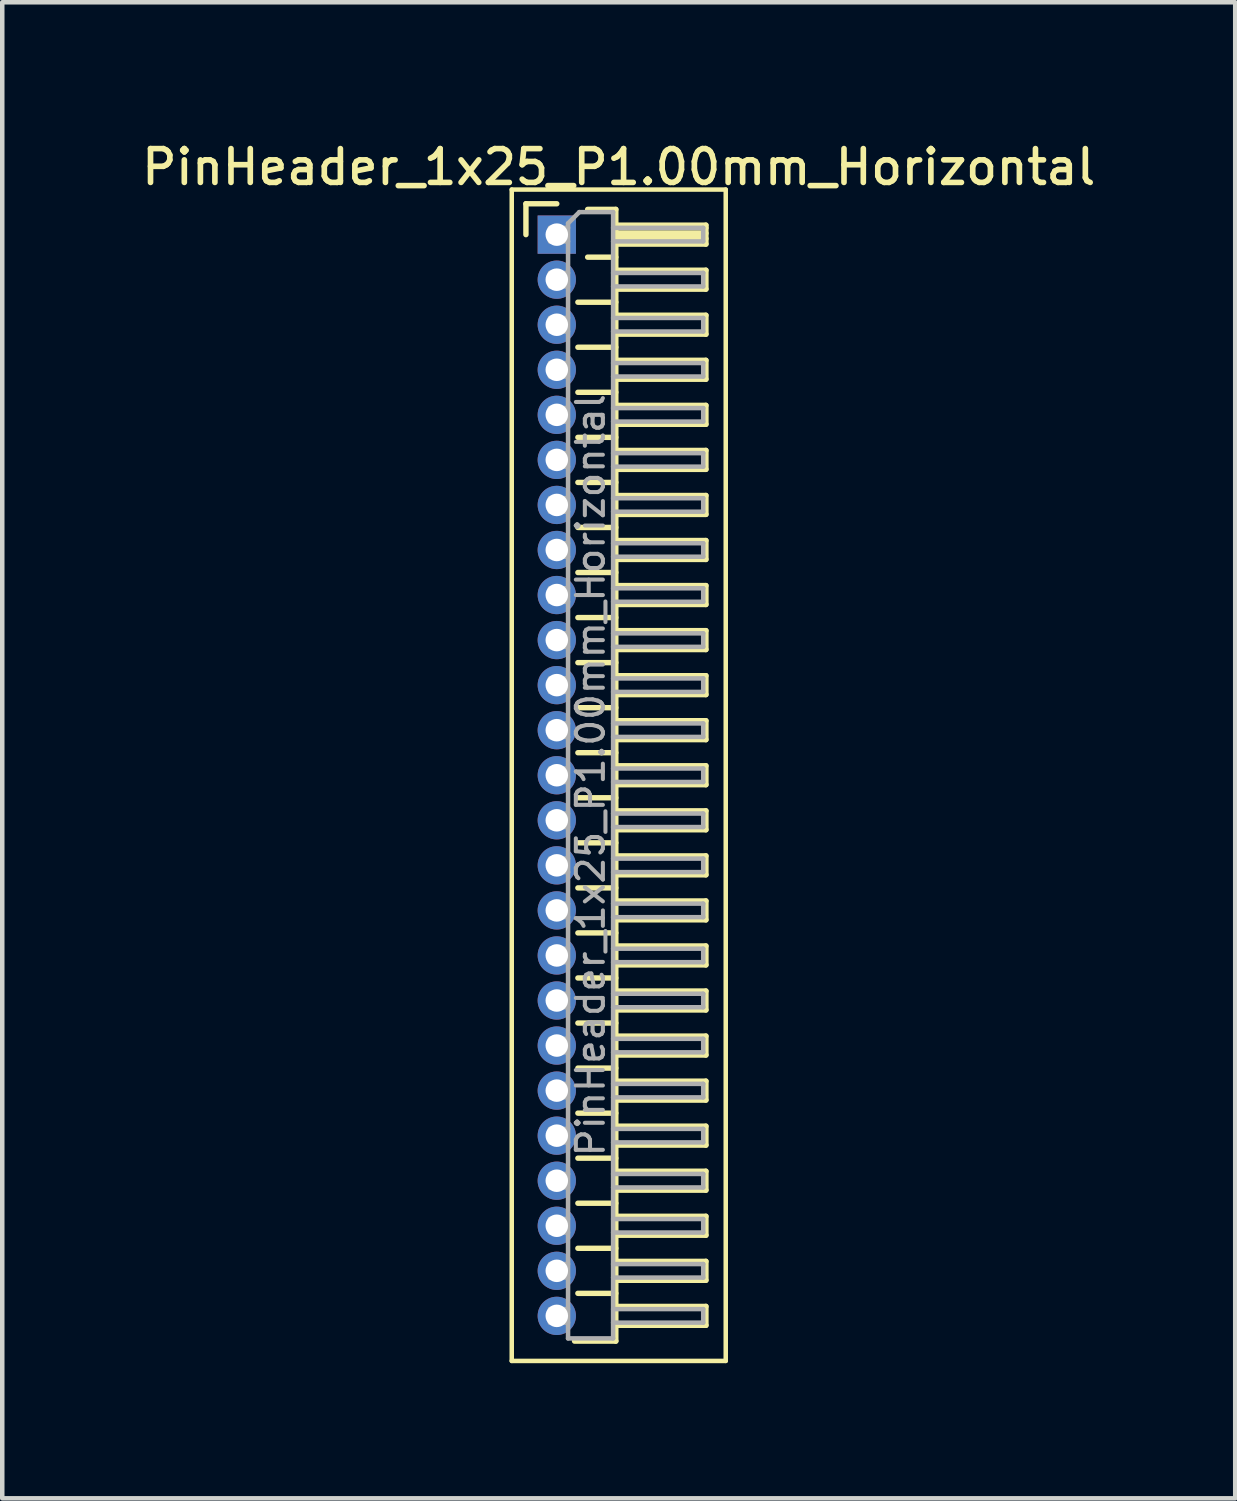
<source format=kicad_pcb>
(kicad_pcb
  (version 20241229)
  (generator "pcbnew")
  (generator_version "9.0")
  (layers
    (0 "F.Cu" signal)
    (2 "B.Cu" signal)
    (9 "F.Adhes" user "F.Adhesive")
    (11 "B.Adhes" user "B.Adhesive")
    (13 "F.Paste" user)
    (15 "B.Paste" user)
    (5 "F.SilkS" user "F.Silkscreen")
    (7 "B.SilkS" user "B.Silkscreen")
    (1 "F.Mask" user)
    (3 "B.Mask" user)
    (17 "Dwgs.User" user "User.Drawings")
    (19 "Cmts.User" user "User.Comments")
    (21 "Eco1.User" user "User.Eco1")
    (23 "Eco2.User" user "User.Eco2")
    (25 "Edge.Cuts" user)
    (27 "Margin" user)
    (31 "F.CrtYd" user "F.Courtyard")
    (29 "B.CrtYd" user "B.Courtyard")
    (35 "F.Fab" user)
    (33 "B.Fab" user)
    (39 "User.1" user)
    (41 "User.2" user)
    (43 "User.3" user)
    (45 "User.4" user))
  (footprint "PinHeader_1x25_P1.00mm_Horizontal"
    (layer "F.Cu")
    (at 9.309 2.158)
    (property "Reference" "PinHeader_1x25_P1.00mm_Horizontal" (at 1.375 -1.5 0) (layer "F.SilkS") (effects (font (size 0.75 0.75) (thickness 0.125))))
    (attr through_hole)
    (fp_line (start -1 -1) (end -1 25) (stroke (width 0.1) (type solid)) (layer "F.SilkS"))
    (fp_line (start -1 25) (end 3.75 25) (stroke (width 0.1) (type solid)) (layer "F.SilkS"))
    (fp_line (start -0.685 -0.685) (end 0 -0.685) (stroke (width 0.12) (type solid)) (layer "F.SilkS"))
    (fp_line (start -0.685 0) (end -0.685 -0.685) (stroke (width 0.12) (type solid)) (layer "F.SilkS"))
    (fp_line (start 0.468 1.5) (end 1.31 1.5) (stroke (width 0.12) (type solid)) (layer "F.SilkS"))
    (fp_line (start 0.468 2.5) (end 1.31 2.5) (stroke (width 0.12) (type solid)) (layer "F.SilkS"))
    (fp_line (start 0.468 3.5) (end 1.31 3.5) (stroke (width 0.12) (type solid)) (layer "F.SilkS"))
    (fp_line (start 0.468 4.5) (end 1.31 4.5) (stroke (width 0.12) (type solid)) (layer "F.SilkS"))
    (fp_line (start 0.468 5.5) (end 1.31 5.5) (stroke (width 0.12) (type solid)) (layer "F.SilkS"))
    (fp_line (start 0.468 6.5) (end 1.31 6.5) (stroke (width 0.12) (type solid)) (layer "F.SilkS"))
    (fp_line (start 0.468 7.5) (end 1.31 7.5) (stroke (width 0.12) (type solid)) (layer "F.SilkS"))
    (fp_line (start 0.468 8.5) (end 1.31 8.5) (stroke (width 0.12) (type solid)) (layer "F.SilkS"))
    (fp_line (start 0.468 9.5) (end 1.31 9.5) (stroke (width 0.12) (type solid)) (layer "F.SilkS"))
    (fp_line (start 0.468 10.5) (end 1.31 10.5) (stroke (width 0.12) (type solid)) (layer "F.SilkS"))
    (fp_line (start 0.468 11.5) (end 1.31 11.5) (stroke (width 0.12) (type solid)) (layer "F.SilkS"))
    (fp_line (start 0.468 12.5) (end 1.31 12.5) (stroke (width 0.12) (type solid)) (layer "F.SilkS"))
    (fp_line (start 0.468 13.5) (end 1.31 13.5) (stroke (width 0.12) (type solid)) (layer "F.SilkS"))
    (fp_line (start 0.468 14.5) (end 1.31 14.5) (stroke (width 0.12) (type solid)) (layer "F.SilkS"))
    (fp_line (start 0.468 15.5) (end 1.31 15.5) (stroke (width 0.12) (type solid)) (layer "F.SilkS"))
    (fp_line (start 0.468 16.5) (end 1.31 16.5) (stroke (width 0.12) (type solid)) (layer "F.SilkS"))
    (fp_line (start 0.468 17.5) (end 1.31 17.5) (stroke (width 0.12) (type solid)) (layer "F.SilkS"))
    (fp_line (start 0.468 18.5) (end 1.31 18.5) (stroke (width 0.12) (type solid)) (layer "F.SilkS"))
    (fp_line (start 0.468 19.5) (end 1.31 19.5) (stroke (width 0.12) (type solid)) (layer "F.SilkS"))
    (fp_line (start 0.468 20.5) (end 1.31 20.5) (stroke (width 0.12) (type solid)) (layer "F.SilkS"))
    (fp_line (start 0.468 21.5) (end 1.31 21.5) (stroke (width 0.12) (type solid)) (layer "F.SilkS"))
    (fp_line (start 0.468 22.5) (end 1.31 22.5) (stroke (width 0.12) (type solid)) (layer "F.SilkS"))
    (fp_line (start 0.468 23.5) (end 1.31 23.5) (stroke (width 0.12) (type solid)) (layer "F.SilkS"))
    (fp_line (start 0.685 -0.56) (end 1.31 -0.56) (stroke (width 0.12) (type solid)) (layer "F.SilkS"))
    (fp_line (start 0.685 0.5) (end 1.31 0.5) (stroke (width 0.12) (type solid)) (layer "F.SilkS"))
    (fp_line (start 1.31 -0.56) (end 1.31 24.56) (stroke (width 0.12) (type solid)) (layer "F.SilkS"))
    (fp_line (start 1.31 -0.21) (end 3.31 -0.21) (stroke (width 0.12) (type solid)) (layer "F.SilkS"))
    (fp_line (start 1.31 -0.15) (end 3.31 -0.15) (stroke (width 0.12) (type solid)) (layer "F.SilkS"))
    (fp_line (start 1.31 -0.03) (end 3.31 -0.03) (stroke (width 0.12) (type solid)) (layer "F.SilkS"))
    (fp_line (start 1.31 0.09) (end 3.31 0.09) (stroke (width 0.12) (type solid)) (layer "F.SilkS"))
    (fp_line (start 1.31 0.79) (end 3.31 0.79) (stroke (width 0.12) (type solid)) (layer "F.SilkS"))
    (fp_line (start 1.31 1.79) (end 3.31 1.79) (stroke (width 0.12) (type solid)) (layer "F.SilkS"))
    (fp_line (start 1.31 2.79) (end 3.31 2.79) (stroke (width 0.12) (type solid)) (layer "F.SilkS"))
    (fp_line (start 1.31 3.79) (end 3.31 3.79) (stroke (width 0.12) (type solid)) (layer "F.SilkS"))
    (fp_line (start 1.31 4.79) (end 3.31 4.79) (stroke (width 0.12) (type solid)) (layer "F.SilkS"))
    (fp_line (start 1.31 5.79) (end 3.31 5.79) (stroke (width 0.12) (type solid)) (layer "F.SilkS"))
    (fp_line (start 1.31 6.79) (end 3.31 6.79) (stroke (width 0.12) (type solid)) (layer "F.SilkS"))
    (fp_line (start 1.31 7.79) (end 3.31 7.79) (stroke (width 0.12) (type solid)) (layer "F.SilkS"))
    (fp_line (start 1.31 8.79) (end 3.31 8.79) (stroke (width 0.12) (type solid)) (layer "F.SilkS"))
    (fp_line (start 1.31 9.79) (end 3.31 9.79) (stroke (width 0.12) (type solid)) (layer "F.SilkS"))
    (fp_line (start 1.31 10.79) (end 3.31 10.79) (stroke (width 0.12) (type solid)) (layer "F.SilkS"))
    (fp_line (start 1.31 11.79) (end 3.31 11.79) (stroke (width 0.12) (type solid)) (layer "F.SilkS"))
    (fp_line (start 1.31 12.79) (end 3.31 12.79) (stroke (width 0.12) (type solid)) (layer "F.SilkS"))
    (fp_line (start 1.31 13.79) (end 3.31 13.79) (stroke (width 0.12) (type solid)) (layer "F.SilkS"))
    (fp_line (start 1.31 14.79) (end 3.31 14.79) (stroke (width 0.12) (type solid)) (layer "F.SilkS"))
    (fp_line (start 1.31 15.79) (end 3.31 15.79) (stroke (width 0.12) (type solid)) (layer "F.SilkS"))
    (fp_line (start 1.31 16.79) (end 3.31 16.79) (stroke (width 0.12) (type solid)) (layer "F.SilkS"))
    (fp_line (start 1.31 17.79) (end 3.31 17.79) (stroke (width 0.12) (type solid)) (layer "F.SilkS"))
    (fp_line (start 1.31 18.79) (end 3.31 18.79) (stroke (width 0.12) (type solid)) (layer "F.SilkS"))
    (fp_line (start 1.31 19.79) (end 3.31 19.79) (stroke (width 0.12) (type solid)) (layer "F.SilkS"))
    (fp_line (start 1.31 20.79) (end 3.31 20.79) (stroke (width 0.12) (type solid)) (layer "F.SilkS"))
    (fp_line (start 1.31 21.79) (end 3.31 21.79) (stroke (width 0.12) (type solid)) (layer "F.SilkS"))
    (fp_line (start 1.31 22.79) (end 3.31 22.79) (stroke (width 0.12) (type solid)) (layer "F.SilkS"))
    (fp_line (start 1.31 23.79) (end 3.31 23.79) (stroke (width 0.12) (type solid)) (layer "F.SilkS"))
    (fp_line (start 1.31 24.56) (end 0.394 24.56) (stroke (width 0.12) (type solid)) (layer "F.SilkS"))
    (fp_line (start 3.31 -0.21) (end 3.31 0.21) (stroke (width 0.12) (type solid)) (layer "F.SilkS"))
    (fp_line (start 3.31 0.21) (end 1.31 0.21) (stroke (width 0.12) (type solid)) (layer "F.SilkS"))
    (fp_line (start 3.31 0.79) (end 3.31 1.21) (stroke (width 0.12) (type solid)) (layer "F.SilkS"))
    (fp_line (start 3.31 1.21) (end 1.31 1.21) (stroke (width 0.12) (type solid)) (layer "F.SilkS"))
    (fp_line (start 3.31 1.79) (end 3.31 2.21) (stroke (width 0.12) (type solid)) (layer "F.SilkS"))
    (fp_line (start 3.31 2.21) (end 1.31 2.21) (stroke (width 0.12) (type solid)) (layer "F.SilkS"))
    (fp_line (start 3.31 2.79) (end 3.31 3.21) (stroke (width 0.12) (type solid)) (layer "F.SilkS"))
    (fp_line (start 3.31 3.21) (end 1.31 3.21) (stroke (width 0.12) (type solid)) (layer "F.SilkS"))
    (fp_line (start 3.31 3.79) (end 3.31 4.21) (stroke (width 0.12) (type solid)) (layer "F.SilkS"))
    (fp_line (start 3.31 4.21) (end 1.31 4.21) (stroke (width 0.12) (type solid)) (layer "F.SilkS"))
    (fp_line (start 3.31 4.79) (end 3.31 5.21) (stroke (width 0.12) (type solid)) (layer "F.SilkS"))
    (fp_line (start 3.31 5.21) (end 1.31 5.21) (stroke (width 0.12) (type solid)) (layer "F.SilkS"))
    (fp_line (start 3.31 5.79) (end 3.31 6.21) (stroke (width 0.12) (type solid)) (layer "F.SilkS"))
    (fp_line (start 3.31 6.21) (end 1.31 6.21) (stroke (width 0.12) (type solid)) (layer "F.SilkS"))
    (fp_line (start 3.31 6.79) (end 3.31 7.21) (stroke (width 0.12) (type solid)) (layer "F.SilkS"))
    (fp_line (start 3.31 7.21) (end 1.31 7.21) (stroke (width 0.12) (type solid)) (layer "F.SilkS"))
    (fp_line (start 3.31 7.79) (end 3.31 8.21) (stroke (width 0.12) (type solid)) (layer "F.SilkS"))
    (fp_line (start 3.31 8.21) (end 1.31 8.21) (stroke (width 0.12) (type solid)) (layer "F.SilkS"))
    (fp_line (start 3.31 8.79) (end 3.31 9.21) (stroke (width 0.12) (type solid)) (layer "F.SilkS"))
    (fp_line (start 3.31 9.21) (end 1.31 9.21) (stroke (width 0.12) (type solid)) (layer "F.SilkS"))
    (fp_line (start 3.31 9.79) (end 3.31 10.21) (stroke (width 0.12) (type solid)) (layer "F.SilkS"))
    (fp_line (start 3.31 10.21) (end 1.31 10.21) (stroke (width 0.12) (type solid)) (layer "F.SilkS"))
    (fp_line (start 3.31 10.79) (end 3.31 11.21) (stroke (width 0.12) (type solid)) (layer "F.SilkS"))
    (fp_line (start 3.31 11.21) (end 1.31 11.21) (stroke (width 0.12) (type solid)) (layer "F.SilkS"))
    (fp_line (start 3.31 11.79) (end 3.31 12.21) (stroke (width 0.12) (type solid)) (layer "F.SilkS"))
    (fp_line (start 3.31 12.21) (end 1.31 12.21) (stroke (width 0.12) (type solid)) (layer "F.SilkS"))
    (fp_line (start 3.31 12.79) (end 3.31 13.21) (stroke (width 0.12) (type solid)) (layer "F.SilkS"))
    (fp_line (start 3.31 13.21) (end 1.31 13.21) (stroke (width 0.12) (type solid)) (layer "F.SilkS"))
    (fp_line (start 3.31 13.79) (end 3.31 14.21) (stroke (width 0.12) (type solid)) (layer "F.SilkS"))
    (fp_line (start 3.31 14.21) (end 1.31 14.21) (stroke (width 0.12) (type solid)) (layer "F.SilkS"))
    (fp_line (start 3.31 14.79) (end 3.31 15.21) (stroke (width 0.12) (type solid)) (layer "F.SilkS"))
    (fp_line (start 3.31 15.21) (end 1.31 15.21) (stroke (width 0.12) (type solid)) (layer "F.SilkS"))
    (fp_line (start 3.31 15.79) (end 3.31 16.21) (stroke (width 0.12) (type solid)) (layer "F.SilkS"))
    (fp_line (start 3.31 16.21) (end 1.31 16.21) (stroke (width 0.12) (type solid)) (layer "F.SilkS"))
    (fp_line (start 3.31 16.79) (end 3.31 17.21) (stroke (width 0.12) (type solid)) (layer "F.SilkS"))
    (fp_line (start 3.31 17.21) (end 1.31 17.21) (stroke (width 0.12) (type solid)) (layer "F.SilkS"))
    (fp_line (start 3.31 17.79) (end 3.31 18.21) (stroke (width 0.12) (type solid)) (layer "F.SilkS"))
    (fp_line (start 3.31 18.21) (end 1.31 18.21) (stroke (width 0.12) (type solid)) (layer "F.SilkS"))
    (fp_line (start 3.31 18.79) (end 3.31 19.21) (stroke (width 0.12) (type solid)) (layer "F.SilkS"))
    (fp_line (start 3.31 19.21) (end 1.31 19.21) (stroke (width 0.12) (type solid)) (layer "F.SilkS"))
    (fp_line (start 3.31 19.79) (end 3.31 20.21) (stroke (width 0.12) (type solid)) (layer "F.SilkS"))
    (fp_line (start 3.31 20.21) (end 1.31 20.21) (stroke (width 0.12) (type solid)) (layer "F.SilkS"))
    (fp_line (start 3.31 20.79) (end 3.31 21.21) (stroke (width 0.12) (type solid)) (layer "F.SilkS"))
    (fp_line (start 3.31 21.21) (end 1.31 21.21) (stroke (width 0.12) (type solid)) (layer "F.SilkS"))
    (fp_line (start 3.31 21.79) (end 3.31 22.21) (stroke (width 0.12) (type solid)) (layer "F.SilkS"))
    (fp_line (start 3.31 22.21) (end 1.31 22.21) (stroke (width 0.12) (type solid)) (layer "F.SilkS"))
    (fp_line (start 3.31 22.79) (end 3.31 23.21) (stroke (width 0.12) (type solid)) (layer "F.SilkS"))
    (fp_line (start 3.31 23.21) (end 1.31 23.21) (stroke (width 0.12) (type solid)) (layer "F.SilkS"))
    (fp_line (start 3.31 23.79) (end 3.31 24.21) (stroke (width 0.12) (type solid)) (layer "F.SilkS"))
    (fp_line (start 3.31 24.21) (end 1.31 24.21) (stroke (width 0.12) (type solid)) (layer "F.SilkS"))
    (fp_line (start 3.75 -1) (end -1 -1) (stroke (width 0.1) (type solid)) (layer "F.SilkS"))
    (fp_line (start 3.75 25) (end 3.75 -1) (stroke (width 0.1) (type solid)) (layer "F.SilkS"))
    (fp_line (start -0.15 -0.15) (end -0.15 0.15) (stroke (width 0.1) (type solid)) (layer "F.Fab"))
    (fp_line (start -0.15 -0.15) (end 0.25 -0.15) (stroke (width 0.1) (type solid)) (layer "F.Fab"))
    (fp_line (start -0.15 0.15) (end 0.25 0.15) (stroke (width 0.1) (type solid)) (layer "F.Fab"))
    (fp_line (start -0.15 0.85) (end -0.15 1.15) (stroke (width 0.1) (type solid)) (layer "F.Fab"))
    (fp_line (start -0.15 0.85) (end 0.25 0.85) (stroke (width 0.1) (type solid)) (layer "F.Fab"))
    (fp_line (start -0.15 1.15) (end 0.25 1.15) (stroke (width 0.1) (type solid)) (layer "F.Fab"))
    (fp_line (start -0.15 1.85) (end -0.15 2.15) (stroke (width 0.1) (type solid)) (layer "F.Fab"))
    (fp_line (start -0.15 1.85) (end 0.25 1.85) (stroke (width 0.1) (type solid)) (layer "F.Fab"))
    (fp_line (start -0.15 2.15) (end 0.25 2.15) (stroke (width 0.1) (type solid)) (layer "F.Fab"))
    (fp_line (start -0.15 2.85) (end -0.15 3.15) (stroke (width 0.1) (type solid)) (layer "F.Fab"))
    (fp_line (start -0.15 2.85) (end 0.25 2.85) (stroke (width 0.1) (type solid)) (layer "F.Fab"))
    (fp_line (start -0.15 3.15) (end 0.25 3.15) (stroke (width 0.1) (type solid)) (layer "F.Fab"))
    (fp_line (start -0.15 3.85) (end -0.15 4.15) (stroke (width 0.1) (type solid)) (layer "F.Fab"))
    (fp_line (start -0.15 3.85) (end 0.25 3.85) (stroke (width 0.1) (type solid)) (layer "F.Fab"))
    (fp_line (start -0.15 4.15) (end 0.25 4.15) (stroke (width 0.1) (type solid)) (layer "F.Fab"))
    (fp_line (start -0.15 4.85) (end -0.15 5.15) (stroke (width 0.1) (type solid)) (layer "F.Fab"))
    (fp_line (start -0.15 4.85) (end 0.25 4.85) (stroke (width 0.1) (type solid)) (layer "F.Fab"))
    (fp_line (start -0.15 5.15) (end 0.25 5.15) (stroke (width 0.1) (type solid)) (layer "F.Fab"))
    (fp_line (start -0.15 5.85) (end -0.15 6.15) (stroke (width 0.1) (type solid)) (layer "F.Fab"))
    (fp_line (start -0.15 5.85) (end 0.25 5.85) (stroke (width 0.1) (type solid)) (layer "F.Fab"))
    (fp_line (start -0.15 6.15) (end 0.25 6.15) (stroke (width 0.1) (type solid)) (layer "F.Fab"))
    (fp_line (start -0.15 6.85) (end -0.15 7.15) (stroke (width 0.1) (type solid)) (layer "F.Fab"))
    (fp_line (start -0.15 6.85) (end 0.25 6.85) (stroke (width 0.1) (type solid)) (layer "F.Fab"))
    (fp_line (start -0.15 7.15) (end 0.25 7.15) (stroke (width 0.1) (type solid)) (layer "F.Fab"))
    (fp_line (start -0.15 7.85) (end -0.15 8.15) (stroke (width 0.1) (type solid)) (layer "F.Fab"))
    (fp_line (start -0.15 7.85) (end 0.25 7.85) (stroke (width 0.1) (type solid)) (layer "F.Fab"))
    (fp_line (start -0.15 8.15) (end 0.25 8.15) (stroke (width 0.1) (type solid)) (layer "F.Fab"))
    (fp_line (start -0.15 8.85) (end -0.15 9.15) (stroke (width 0.1) (type solid)) (layer "F.Fab"))
    (fp_line (start -0.15 8.85) (end 0.25 8.85) (stroke (width 0.1) (type solid)) (layer "F.Fab"))
    (fp_line (start -0.15 9.15) (end 0.25 9.15) (stroke (width 0.1) (type solid)) (layer "F.Fab"))
    (fp_line (start -0.15 9.85) (end -0.15 10.15) (stroke (width 0.1) (type solid)) (layer "F.Fab"))
    (fp_line (start -0.15 9.85) (end 0.25 9.85) (stroke (width 0.1) (type solid)) (layer "F.Fab"))
    (fp_line (start -0.15 10.15) (end 0.25 10.15) (stroke (width 0.1) (type solid)) (layer "F.Fab"))
    (fp_line (start -0.15 10.85) (end -0.15 11.15) (stroke (width 0.1) (type solid)) (layer "F.Fab"))
    (fp_line (start -0.15 10.85) (end 0.25 10.85) (stroke (width 0.1) (type solid)) (layer "F.Fab"))
    (fp_line (start -0.15 11.15) (end 0.25 11.15) (stroke (width 0.1) (type solid)) (layer "F.Fab"))
    (fp_line (start -0.15 11.85) (end -0.15 12.15) (stroke (width 0.1) (type solid)) (layer "F.Fab"))
    (fp_line (start -0.15 11.85) (end 0.25 11.85) (stroke (width 0.1) (type solid)) (layer "F.Fab"))
    (fp_line (start -0.15 12.15) (end 0.25 12.15) (stroke (width 0.1) (type solid)) (layer "F.Fab"))
    (fp_line (start -0.15 12.85) (end -0.15 13.15) (stroke (width 0.1) (type solid)) (layer "F.Fab"))
    (fp_line (start -0.15 12.85) (end 0.25 12.85) (stroke (width 0.1) (type solid)) (layer "F.Fab"))
    (fp_line (start -0.15 13.15) (end 0.25 13.15) (stroke (width 0.1) (type solid)) (layer "F.Fab"))
    (fp_line (start -0.15 13.85) (end -0.15 14.15) (stroke (width 0.1) (type solid)) (layer "F.Fab"))
    (fp_line (start -0.15 13.85) (end 0.25 13.85) (stroke (width 0.1) (type solid)) (layer "F.Fab"))
    (fp_line (start -0.15 14.15) (end 0.25 14.15) (stroke (width 0.1) (type solid)) (layer "F.Fab"))
    (fp_line (start -0.15 14.85) (end -0.15 15.15) (stroke (width 0.1) (type solid)) (layer "F.Fab"))
    (fp_line (start -0.15 14.85) (end 0.25 14.85) (stroke (width 0.1) (type solid)) (layer "F.Fab"))
    (fp_line (start -0.15 15.15) (end 0.25 15.15) (stroke (width 0.1) (type solid)) (layer "F.Fab"))
    (fp_line (start -0.15 15.85) (end -0.15 16.15) (stroke (width 0.1) (type solid)) (layer "F.Fab"))
    (fp_line (start -0.15 15.85) (end 0.25 15.85) (stroke (width 0.1) (type solid)) (layer "F.Fab"))
    (fp_line (start -0.15 16.15) (end 0.25 16.15) (stroke (width 0.1) (type solid)) (layer "F.Fab"))
    (fp_line (start -0.15 16.85) (end -0.15 17.15) (stroke (width 0.1) (type solid)) (layer "F.Fab"))
    (fp_line (start -0.15 16.85) (end 0.25 16.85) (stroke (width 0.1) (type solid)) (layer "F.Fab"))
    (fp_line (start -0.15 17.15) (end 0.25 17.15) (stroke (width 0.1) (type solid)) (layer "F.Fab"))
    (fp_line (start -0.15 17.85) (end -0.15 18.15) (stroke (width 0.1) (type solid)) (layer "F.Fab"))
    (fp_line (start -0.15 17.85) (end 0.25 17.85) (stroke (width 0.1) (type solid)) (layer "F.Fab"))
    (fp_line (start -0.15 18.15) (end 0.25 18.15) (stroke (width 0.1) (type solid)) (layer "F.Fab"))
    (fp_line (start -0.15 18.85) (end -0.15 19.15) (stroke (width 0.1) (type solid)) (layer "F.Fab"))
    (fp_line (start -0.15 18.85) (end 0.25 18.85) (stroke (width 0.1) (type solid)) (layer "F.Fab"))
    (fp_line (start -0.15 19.15) (end 0.25 19.15) (stroke (width 0.1) (type solid)) (layer "F.Fab"))
    (fp_line (start -0.15 19.85) (end -0.15 20.15) (stroke (width 0.1) (type solid)) (layer "F.Fab"))
    (fp_line (start -0.15 19.85) (end 0.25 19.85) (stroke (width 0.1) (type solid)) (layer "F.Fab"))
    (fp_line (start -0.15 20.15) (end 0.25 20.15) (stroke (width 0.1) (type solid)) (layer "F.Fab"))
    (fp_line (start -0.15 20.85) (end -0.15 21.15) (stroke (width 0.1) (type solid)) (layer "F.Fab"))
    (fp_line (start -0.15 20.85) (end 0.25 20.85) (stroke (width 0.1) (type solid)) (layer "F.Fab"))
    (fp_line (start -0.15 21.15) (end 0.25 21.15) (stroke (width 0.1) (type solid)) (layer "F.Fab"))
    (fp_line (start -0.15 21.85) (end -0.15 22.15) (stroke (width 0.1) (type solid)) (layer "F.Fab"))
    (fp_line (start -0.15 21.85) (end 0.25 21.85) (stroke (width 0.1) (type solid)) (layer "F.Fab"))
    (fp_line (start -0.15 22.15) (end 0.25 22.15) (stroke (width 0.1) (type solid)) (layer "F.Fab"))
    (fp_line (start -0.15 22.85) (end -0.15 23.15) (stroke (width 0.1) (type solid)) (layer "F.Fab"))
    (fp_line (start -0.15 22.85) (end 0.25 22.85) (stroke (width 0.1) (type solid)) (layer "F.Fab"))
    (fp_line (start -0.15 23.15) (end 0.25 23.15) (stroke (width 0.1) (type solid)) (layer "F.Fab"))
    (fp_line (start -0.15 23.85) (end -0.15 24.15) (stroke (width 0.1) (type solid)) (layer "F.Fab"))
    (fp_line (start -0.15 23.85) (end 0.25 23.85) (stroke (width 0.1) (type solid)) (layer "F.Fab"))
    (fp_line (start -0.15 24.15) (end 0.25 24.15) (stroke (width 0.1) (type solid)) (layer "F.Fab"))
    (fp_line (start 0.25 -0.25) (end 0.5 -0.5) (stroke (width 0.1) (type solid)) (layer "F.Fab"))
    (fp_line (start 0.25 24.5) (end 0.25 -0.25) (stroke (width 0.1) (type solid)) (layer "F.Fab"))
    (fp_line (start 0.5 -0.5) (end 1.25 -0.5) (stroke (width 0.1) (type solid)) (layer "F.Fab"))
    (fp_line (start 1.25 -0.5) (end 1.25 24.5) (stroke (width 0.1) (type solid)) (layer "F.Fab"))
    (fp_line (start 1.25 -0.15) (end 3.25 -0.15) (stroke (width 0.1) (type solid)) (layer "F.Fab"))
    (fp_line (start 1.25 0.15) (end 3.25 0.15) (stroke (width 0.1) (type solid)) (layer "F.Fab"))
    (fp_line (start 1.25 0.85) (end 3.25 0.85) (stroke (width 0.1) (type solid)) (layer "F.Fab"))
    (fp_line (start 1.25 1.15) (end 3.25 1.15) (stroke (width 0.1) (type solid)) (layer "F.Fab"))
    (fp_line (start 1.25 1.85) (end 3.25 1.85) (stroke (width 0.1) (type solid)) (layer "F.Fab"))
    (fp_line (start 1.25 2.15) (end 3.25 2.15) (stroke (width 0.1) (type solid)) (layer "F.Fab"))
    (fp_line (start 1.25 2.85) (end 3.25 2.85) (stroke (width 0.1) (type solid)) (layer "F.Fab"))
    (fp_line (start 1.25 3.15) (end 3.25 3.15) (stroke (width 0.1) (type solid)) (layer "F.Fab"))
    (fp_line (start 1.25 3.85) (end 3.25 3.85) (stroke (width 0.1) (type solid)) (layer "F.Fab"))
    (fp_line (start 1.25 4.15) (end 3.25 4.15) (stroke (width 0.1) (type solid)) (layer "F.Fab"))
    (fp_line (start 1.25 4.85) (end 3.25 4.85) (stroke (width 0.1) (type solid)) (layer "F.Fab"))
    (fp_line (start 1.25 5.15) (end 3.25 5.15) (stroke (width 0.1) (type solid)) (layer "F.Fab"))
    (fp_line (start 1.25 5.85) (end 3.25 5.85) (stroke (width 0.1) (type solid)) (layer "F.Fab"))
    (fp_line (start 1.25 6.15) (end 3.25 6.15) (stroke (width 0.1) (type solid)) (layer "F.Fab"))
    (fp_line (start 1.25 6.85) (end 3.25 6.85) (stroke (width 0.1) (type solid)) (layer "F.Fab"))
    (fp_line (start 1.25 7.15) (end 3.25 7.15) (stroke (width 0.1) (type solid)) (layer "F.Fab"))
    (fp_line (start 1.25 7.85) (end 3.25 7.85) (stroke (width 0.1) (type solid)) (layer "F.Fab"))
    (fp_line (start 1.25 8.15) (end 3.25 8.15) (stroke (width 0.1) (type solid)) (layer "F.Fab"))
    (fp_line (start 1.25 8.85) (end 3.25 8.85) (stroke (width 0.1) (type solid)) (layer "F.Fab"))
    (fp_line (start 1.25 9.15) (end 3.25 9.15) (stroke (width 0.1) (type solid)) (layer "F.Fab"))
    (fp_line (start 1.25 9.85) (end 3.25 9.85) (stroke (width 0.1) (type solid)) (layer "F.Fab"))
    (fp_line (start 1.25 10.15) (end 3.25 10.15) (stroke (width 0.1) (type solid)) (layer "F.Fab"))
    (fp_line (start 1.25 10.85) (end 3.25 10.85) (stroke (width 0.1) (type solid)) (layer "F.Fab"))
    (fp_line (start 1.25 11.15) (end 3.25 11.15) (stroke (width 0.1) (type solid)) (layer "F.Fab"))
    (fp_line (start 1.25 11.85) (end 3.25 11.85) (stroke (width 0.1) (type solid)) (layer "F.Fab"))
    (fp_line (start 1.25 12.15) (end 3.25 12.15) (stroke (width 0.1) (type solid)) (layer "F.Fab"))
    (fp_line (start 1.25 12.85) (end 3.25 12.85) (stroke (width 0.1) (type solid)) (layer "F.Fab"))
    (fp_line (start 1.25 13.15) (end 3.25 13.15) (stroke (width 0.1) (type solid)) (layer "F.Fab"))
    (fp_line (start 1.25 13.85) (end 3.25 13.85) (stroke (width 0.1) (type solid)) (layer "F.Fab"))
    (fp_line (start 1.25 14.15) (end 3.25 14.15) (stroke (width 0.1) (type solid)) (layer "F.Fab"))
    (fp_line (start 1.25 14.85) (end 3.25 14.85) (stroke (width 0.1) (type solid)) (layer "F.Fab"))
    (fp_line (start 1.25 15.15) (end 3.25 15.15) (stroke (width 0.1) (type solid)) (layer "F.Fab"))
    (fp_line (start 1.25 15.85) (end 3.25 15.85) (stroke (width 0.1) (type solid)) (layer "F.Fab"))
    (fp_line (start 1.25 16.15) (end 3.25 16.15) (stroke (width 0.1) (type solid)) (layer "F.Fab"))
    (fp_line (start 1.25 16.85) (end 3.25 16.85) (stroke (width 0.1) (type solid)) (layer "F.Fab"))
    (fp_line (start 1.25 17.15) (end 3.25 17.15) (stroke (width 0.1) (type solid)) (layer "F.Fab"))
    (fp_line (start 1.25 17.85) (end 3.25 17.85) (stroke (width 0.1) (type solid)) (layer "F.Fab"))
    (fp_line (start 1.25 18.15) (end 3.25 18.15) (stroke (width 0.1) (type solid)) (layer "F.Fab"))
    (fp_line (start 1.25 18.85) (end 3.25 18.85) (stroke (width 0.1) (type solid)) (layer "F.Fab"))
    (fp_line (start 1.25 19.15) (end 3.25 19.15) (stroke (width 0.1) (type solid)) (layer "F.Fab"))
    (fp_line (start 1.25 19.85) (end 3.25 19.85) (stroke (width 0.1) (type solid)) (layer "F.Fab"))
    (fp_line (start 1.25 20.15) (end 3.25 20.15) (stroke (width 0.1) (type solid)) (layer "F.Fab"))
    (fp_line (start 1.25 20.85) (end 3.25 20.85) (stroke (width 0.1) (type solid)) (layer "F.Fab"))
    (fp_line (start 1.25 21.15) (end 3.25 21.15) (stroke (width 0.1) (type solid)) (layer "F.Fab"))
    (fp_line (start 1.25 21.85) (end 3.25 21.85) (stroke (width 0.1) (type solid)) (layer "F.Fab"))
    (fp_line (start 1.25 22.15) (end 3.25 22.15) (stroke (width 0.1) (type solid)) (layer "F.Fab"))
    (fp_line (start 1.25 22.85) (end 3.25 22.85) (stroke (width 0.1) (type solid)) (layer "F.Fab"))
    (fp_line (start 1.25 23.15) (end 3.25 23.15) (stroke (width 0.1) (type solid)) (layer "F.Fab"))
    (fp_line (start 1.25 23.85) (end 3.25 23.85) (stroke (width 0.1) (type solid)) (layer "F.Fab"))
    (fp_line (start 1.25 24.15) (end 3.25 24.15) (stroke (width 0.1) (type solid)) (layer "F.Fab"))
    (fp_line (start 1.25 24.5) (end 0.25 24.5) (stroke (width 0.1) (type solid)) (layer "F.Fab"))
    (fp_line (start 3.25 -0.15) (end 3.25 0.15) (stroke (width 0.1) (type solid)) (layer "F.Fab"))
    (fp_line (start 3.25 0.85) (end 3.25 1.15) (stroke (width 0.1) (type solid)) (layer "F.Fab"))
    (fp_line (start 3.25 1.85) (end 3.25 2.15) (stroke (width 0.1) (type solid)) (layer "F.Fab"))
    (fp_line (start 3.25 2.85) (end 3.25 3.15) (stroke (width 0.1) (type solid)) (layer "F.Fab"))
    (fp_line (start 3.25 3.85) (end 3.25 4.15) (stroke (width 0.1) (type solid)) (layer "F.Fab"))
    (fp_line (start 3.25 4.85) (end 3.25 5.15) (stroke (width 0.1) (type solid)) (layer "F.Fab"))
    (fp_line (start 3.25 5.85) (end 3.25 6.15) (stroke (width 0.1) (type solid)) (layer "F.Fab"))
    (fp_line (start 3.25 6.85) (end 3.25 7.15) (stroke (width 0.1) (type solid)) (layer "F.Fab"))
    (fp_line (start 3.25 7.85) (end 3.25 8.15) (stroke (width 0.1) (type solid)) (layer "F.Fab"))
    (fp_line (start 3.25 8.85) (end 3.25 9.15) (stroke (width 0.1) (type solid)) (layer "F.Fab"))
    (fp_line (start 3.25 9.85) (end 3.25 10.15) (stroke (width 0.1) (type solid)) (layer "F.Fab"))
    (fp_line (start 3.25 10.85) (end 3.25 11.15) (stroke (width 0.1) (type solid)) (layer "F.Fab"))
    (fp_line (start 3.25 11.85) (end 3.25 12.15) (stroke (width 0.1) (type solid)) (layer "F.Fab"))
    (fp_line (start 3.25 12.85) (end 3.25 13.15) (stroke (width 0.1) (type solid)) (layer "F.Fab"))
    (fp_line (start 3.25 13.85) (end 3.25 14.15) (stroke (width 0.1) (type solid)) (layer "F.Fab"))
    (fp_line (start 3.25 14.85) (end 3.25 15.15) (stroke (width 0.1) (type solid)) (layer "F.Fab"))
    (fp_line (start 3.25 15.85) (end 3.25 16.15) (stroke (width 0.1) (type solid)) (layer "F.Fab"))
    (fp_line (start 3.25 16.85) (end 3.25 17.15) (stroke (width 0.1) (type solid)) (layer "F.Fab"))
    (fp_line (start 3.25 17.85) (end 3.25 18.15) (stroke (width 0.1) (type solid)) (layer "F.Fab"))
    (fp_line (start 3.25 18.85) (end 3.25 19.15) (stroke (width 0.1) (type solid)) (layer "F.Fab"))
    (fp_line (start 3.25 19.85) (end 3.25 20.15) (stroke (width 0.1) (type solid)) (layer "F.Fab"))
    (fp_line (start 3.25 20.85) (end 3.25 21.15) (stroke (width 0.1) (type solid)) (layer "F.Fab"))
    (fp_line (start 3.25 21.85) (end 3.25 22.15) (stroke (width 0.1) (type solid)) (layer "F.Fab"))
    (fp_line (start 3.25 22.85) (end 3.25 23.15) (stroke (width 0.1) (type solid)) (layer "F.Fab"))
    (fp_line (start 3.25 23.85) (end 3.25 24.15) (stroke (width 0.1) (type solid)) (layer "F.Fab"))
    (fp_text user "${REFERENCE}" (at 0.75 12 90) (layer "F.Fab") (effects (font (size 0.6 0.6) (thickness 0.09))))
    (pad "1" thru_hole rect (at 0 0) (size 0.85 0.85) (drill 0.5) (layers "*.Cu" "*.Mask"))
    (pad "2" thru_hole oval (at 0 1) (size 0.85 0.85) (drill 0.5) (layers "*.Cu" "*.Mask"))
    (pad "3" thru_hole oval (at 0 2) (size 0.85 0.85) (drill 0.5) (layers "*.Cu" "*.Mask"))
    (pad "4" thru_hole oval (at 0 3) (size 0.85 0.85) (drill 0.5) (layers "*.Cu" "*.Mask"))
    (pad "5" thru_hole oval (at 0 4) (size 0.85 0.85) (drill 0.5) (layers "*.Cu" "*.Mask"))
    (pad "6" thru_hole oval (at 0 5) (size 0.85 0.85) (drill 0.5) (layers "*.Cu" "*.Mask"))
    (pad "7" thru_hole oval (at 0 6) (size 0.85 0.85) (drill 0.5) (layers "*.Cu" "*.Mask"))
    (pad "8" thru_hole oval (at 0 7) (size 0.85 0.85) (drill 0.5) (layers "*.Cu" "*.Mask"))
    (pad "9" thru_hole oval (at 0 8) (size 0.85 0.85) (drill 0.5) (layers "*.Cu" "*.Mask"))
    (pad "10" thru_hole oval (at 0 9) (size 0.85 0.85) (drill 0.5) (layers "*.Cu" "*.Mask"))
    (pad "11" thru_hole oval (at 0 10) (size 0.85 0.85) (drill 0.5) (layers "*.Cu" "*.Mask"))
    (pad "12" thru_hole oval (at 0 11) (size 0.85 0.85) (drill 0.5) (layers "*.Cu" "*.Mask"))
    (pad "13" thru_hole oval (at 0 12) (size 0.85 0.85) (drill 0.5) (layers "*.Cu" "*.Mask"))
    (pad "14" thru_hole oval (at 0 13) (size 0.85 0.85) (drill 0.5) (layers "*.Cu" "*.Mask"))
    (pad "15" thru_hole oval (at 0 14) (size 0.85 0.85) (drill 0.5) (layers "*.Cu" "*.Mask"))
    (pad "16" thru_hole oval (at 0 15) (size 0.85 0.85) (drill 0.5) (layers "*.Cu" "*.Mask"))
    (pad "17" thru_hole oval (at 0 16) (size 0.85 0.85) (drill 0.5) (layers "*.Cu" "*.Mask"))
    (pad "18" thru_hole oval (at 0 17) (size 0.85 0.85) (drill 0.5) (layers "*.Cu" "*.Mask"))
    (pad "19" thru_hole oval (at 0 18) (size 0.85 0.85) (drill 0.5) (layers "*.Cu" "*.Mask"))
    (pad "20" thru_hole oval (at 0 19) (size 0.85 0.85) (drill 0.5) (layers "*.Cu" "*.Mask"))
    (pad "21" thru_hole oval (at 0 20) (size 0.85 0.85) (drill 0.5) (layers "*.Cu" "*.Mask"))
    (pad "22" thru_hole oval (at 0 21) (size 0.85 0.85) (drill 0.5) (layers "*.Cu" "*.Mask"))
    (pad "23" thru_hole oval (at 0 22) (size 0.85 0.85) (drill 0.5) (layers "*.Cu" "*.Mask"))
    (pad "24" thru_hole oval (at 0 23) (size 0.85 0.85) (drill 0.5) (layers "*.Cu" "*.Mask"))
    (pad "25" thru_hole oval (at 0 24) (size 0.85 0.85) (drill 0.5) (layers "*.Cu" "*.Mask")))
  (gr_rect
    (start -3 -3)
    (end 24.368 30.208)
    (stroke (width 0.1) (type default))
    (fill no)
    (layer "Edge.Cuts")))
</source>
